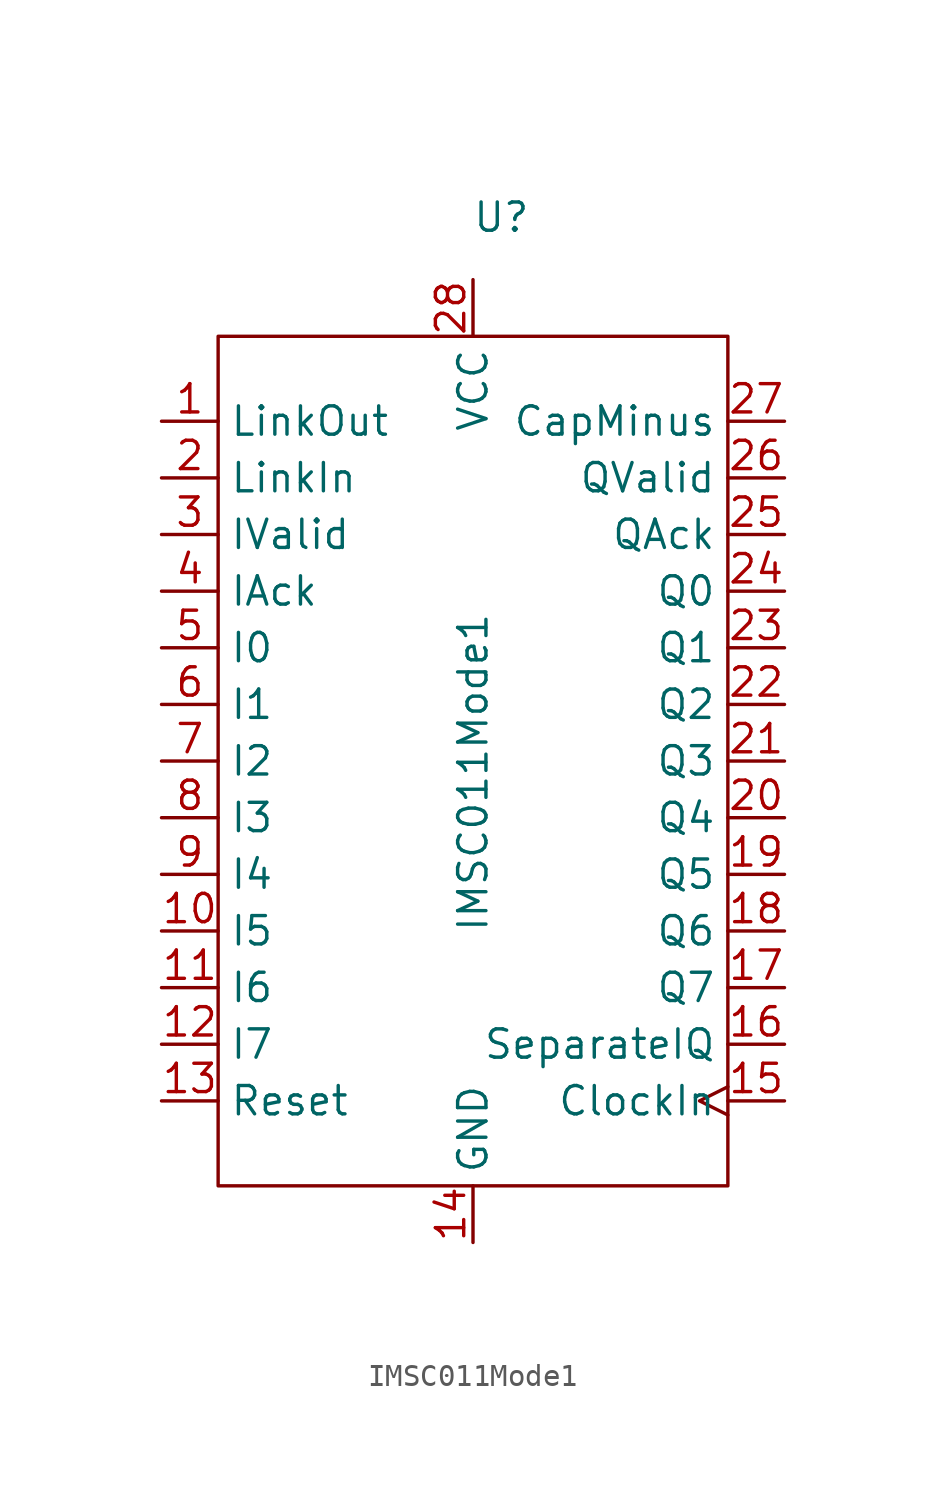
<source format=kicad_sym>
(kicad_symbol_lib
  (version 20241209)
  (generator "kicad_symbol_editor")
  (generator_version "9.0")
  (symbol "IMSC011Mode1"
    (property "Reference" "U"
      (at 1.27 24.384 0)
      (effects (font (size 1.27 1.27))))
    (property "Value" "IMSC011Mode1"
      (at 0 -0.508 90)
      (effects (font (size 1.27 1.27))))
    (symbol "IMSC011Mode1_0_1"
      (rectangle (start -11.43 19.05) (end 11.43 -19.05) (stroke (width 0) (type default)) (fill (type none))))
    (symbol "IMSC011Mode1_1_1"
      (pin output line (at -13.97 15.24 0) (length 2.54) (name "LinkOut" (effects (font (size 1.27 1.27)))) (number "1" (effects (font (size 1.27 1.27)))))
      (pin input line (at -13.97 12.7 0) (length 2.54) (name "LinkIn" (effects (font (size 1.27 1.27)))) (number "2" (effects (font (size 1.27 1.27)))))
      (pin input line (at -13.97 10.16 0) (length 2.54) (name "IValid" (effects (font (size 1.27 1.27)))) (number "3" (effects (font (size 1.27 1.27)))))
      (pin output line (at -13.97 7.62 0) (length 2.54) (name "IAck" (effects (font (size 1.27 1.27)))) (number "4" (effects (font (size 1.27 1.27)))))
      (pin input line (at -13.97 5.08 0) (length 2.54) (name "I0" (effects (font (size 1.27 1.27)))) (number "5" (effects (font (size 1.27 1.27)))))
      (pin input line (at -13.97 2.54 0) (length 2.54) (name "I1" (effects (font (size 1.27 1.27)))) (number "6" (effects (font (size 1.27 1.27)))))
      (pin input line (at -13.97 0 0) (length 2.54) (name "I2" (effects (font (size 1.27 1.27)))) (number "7" (effects (font (size 1.27 1.27)))))
      (pin input line (at -13.97 -2.54 0) (length 2.54) (name "I3" (effects (font (size 1.27 1.27)))) (number "8" (effects (font (size 1.27 1.27)))))
      (pin input line (at -13.97 -5.08 0) (length 2.54) (name "I4" (effects (font (size 1.27 1.27)))) (number "9" (effects (font (size 1.27 1.27)))))
      (pin input line (at -13.97 -7.62 0) (length 2.54) (name "I5" (effects (font (size 1.27 1.27)))) (number "10" (effects (font (size 1.27 1.27)))))
      (pin input line (at -13.97 -10.16 0) (length 2.54) (name "I6" (effects (font (size 1.27 1.27)))) (number "11" (effects (font (size 1.27 1.27)))))
      (pin input line (at -13.97 -12.7 0) (length 2.54) (name "I7" (effects (font (size 1.27 1.27)))) (number "12" (effects (font (size 1.27 1.27)))))
      (pin input line (at -13.97 -15.24 0) (length 2.54) (name "Reset" (effects (font (size 1.27 1.27)))) (number "13" (effects (font (size 1.27 1.27)))))
      (pin power_in line (at 0 21.59 270) (length 2.54) (name "VCC" (effects (font (size 1.27 1.27)))) (number "28" (effects (font (size 1.27 1.27)))))
      (pin power_out line (at 0 -21.59 90) (length 2.54) (name "GND" (effects (font (size 1.27 1.27)))) (number "14" (effects (font (size 1.27 1.27)))))
      (pin passive line (at 13.97 15.24 180) (length 2.54) (name "CapMinus" (effects (font (size 1.27 1.27)))) (number "27" (effects (font (size 1.27 1.27)))))
      (pin output line (at 13.97 12.7 180) (length 2.54) (name "QValid" (effects (font (size 1.27 1.27)))) (number "26" (effects (font (size 1.27 1.27)))))
      (pin input line (at 13.97 10.16 180) (length 2.54) (name "QAck" (effects (font (size 1.27 1.27)))) (number "25" (effects (font (size 1.27 1.27)))))
      (pin output line (at 13.97 7.62 180) (length 2.54) (name "Q0" (effects (font (size 1.27 1.27)))) (number "24" (effects (font (size 1.27 1.27)))))
      (pin output line (at 13.97 5.08 180) (length 2.54) (name "Q1" (effects (font (size 1.27 1.27)))) (number "23" (effects (font (size 1.27 1.27)))))
      (pin output line (at 13.97 2.54 180) (length 2.54) (name "Q2" (effects (font (size 1.27 1.27)))) (number "22" (effects (font (size 1.27 1.27)))))
      (pin output line (at 13.97 0 180) (length 2.54) (name "Q3" (effects (font (size 1.27 1.27)))) (number "21" (effects (font (size 1.27 1.27)))))
      (pin output line (at 13.97 -2.54 180) (length 2.54) (name "Q4" (effects (font (size 1.27 1.27)))) (number "20" (effects (font (size 1.27 1.27)))))
      (pin output line (at 13.97 -5.08 180) (length 2.54) (name "Q5" (effects (font (size 1.27 1.27)))) (number "19" (effects (font (size 1.27 1.27)))))
      (pin output line (at 13.97 -7.62 180) (length 2.54) (name "Q6" (effects (font (size 1.27 1.27)))) (number "18" (effects (font (size 1.27 1.27)))))
      (pin output line (at 13.97 -10.16 180) (length 2.54) (name "Q7" (effects (font (size 1.27 1.27)))) (number "17" (effects (font (size 1.27 1.27)))))
      (pin input line (at 13.97 -12.7 180) (length 2.54) (name "SeparateIQ" (effects (font (size 1.27 1.27)))) (number "16" (effects (font (size 1.27 1.27)))))
      (pin input clock (at 13.97 -15.24 180) (length 2.54) (name "ClockIn" (effects (font (size 1.27 1.27)))) (number "15" (effects (font (size 1.27 1.27))))))))
</source>
